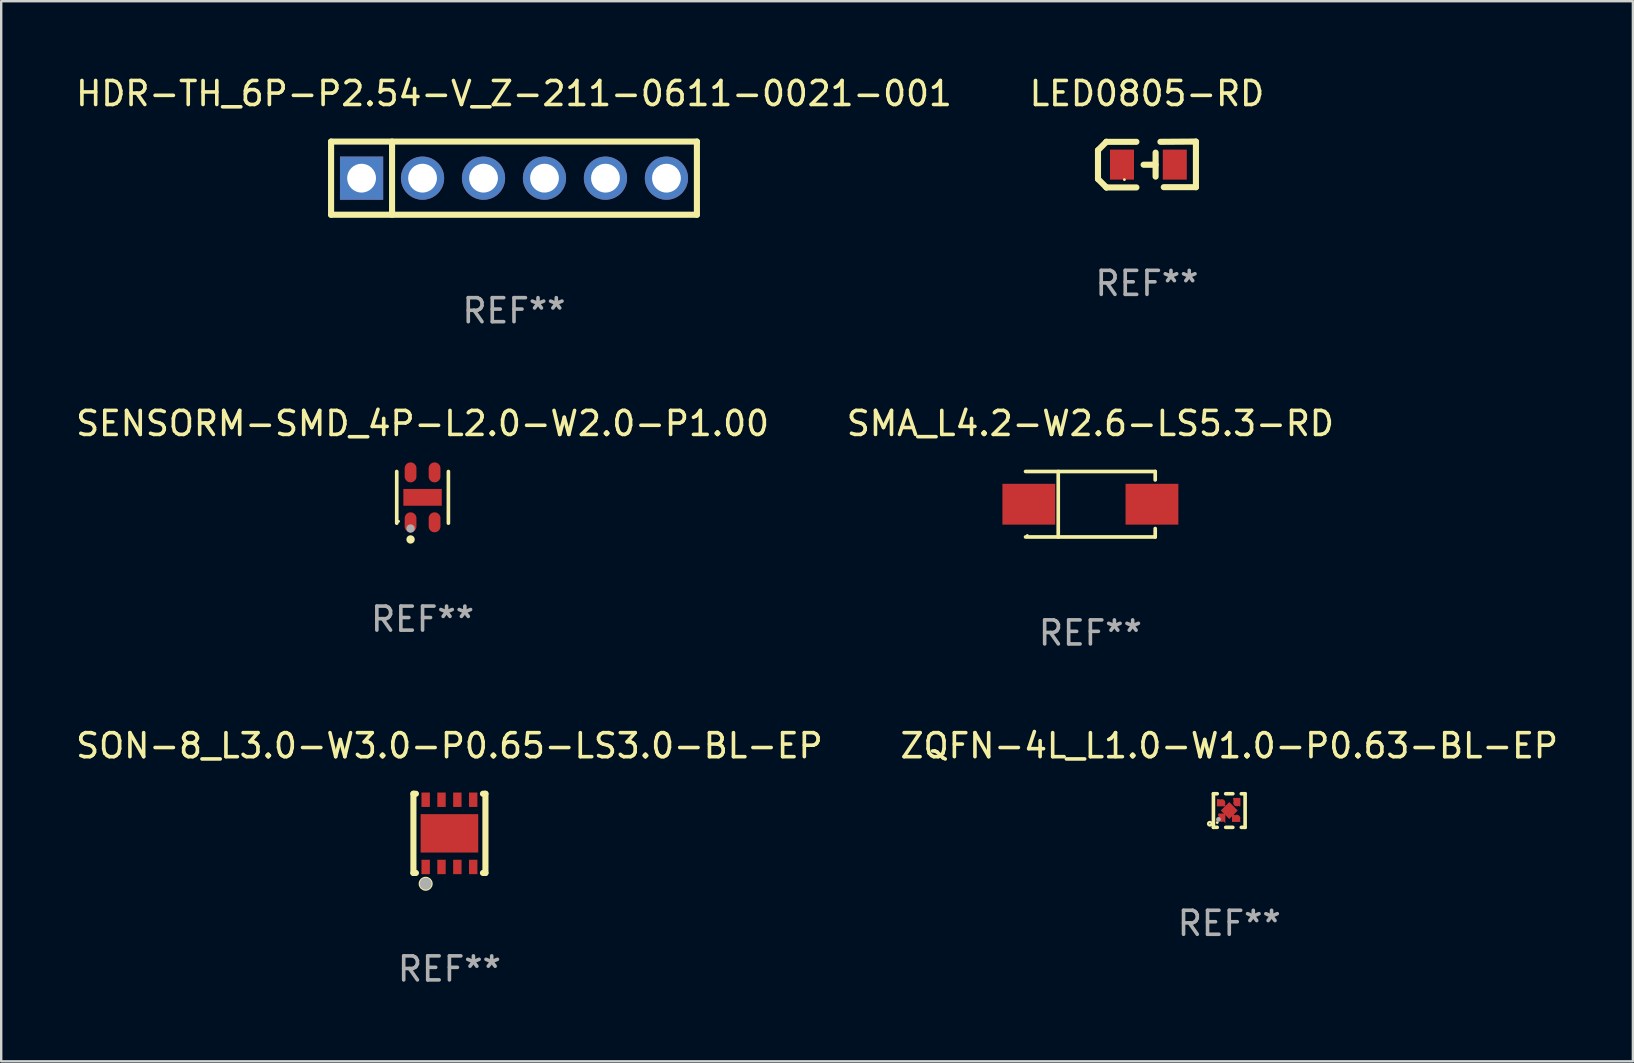
<source format=kicad_pcb>
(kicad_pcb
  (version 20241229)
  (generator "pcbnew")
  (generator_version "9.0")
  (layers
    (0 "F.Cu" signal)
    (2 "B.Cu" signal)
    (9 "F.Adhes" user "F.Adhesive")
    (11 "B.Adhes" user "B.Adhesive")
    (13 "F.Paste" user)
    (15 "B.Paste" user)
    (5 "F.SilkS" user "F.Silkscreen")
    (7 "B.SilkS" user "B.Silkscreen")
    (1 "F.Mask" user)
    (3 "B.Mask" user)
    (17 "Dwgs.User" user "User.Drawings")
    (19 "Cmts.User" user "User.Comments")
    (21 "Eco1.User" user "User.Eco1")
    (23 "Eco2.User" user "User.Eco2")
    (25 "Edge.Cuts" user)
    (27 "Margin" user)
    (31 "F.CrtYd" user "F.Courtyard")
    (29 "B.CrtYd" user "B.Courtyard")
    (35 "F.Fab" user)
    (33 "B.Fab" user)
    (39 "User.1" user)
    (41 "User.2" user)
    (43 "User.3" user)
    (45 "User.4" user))
  (footprint "ZQFN-4L_L1.0-W1.0-P0.63-BL-EP"
    (layer "F.Cu")
    (at 48.161 30.717)
    (property "Reference" "ZQFN-4L_L1.0-W1.0-P0.63-BL-EP" (at 0 -2.7 0) (layer "F.SilkS") (effects (font (size 1 1) (thickness 0.15))))
    (attr through_hole)
    (fp_line (start -0.66 -0.7) (end -0.66 0.7) (stroke (width 0.15) (type solid)) (layer "F.SilkS"))
    (fp_line (start -0.66 -0.7) (end -0.501 -0.7) (stroke (width 0.15) (type solid)) (layer "F.SilkS"))
    (fp_line (start -0.66 0.7) (end -0.501 0.7) (stroke (width 0.15) (type solid)) (layer "F.SilkS"))
    (fp_line (start -0.149 -0.7) (end 0.149 -0.7) (stroke (width 0.15) (type solid)) (layer "F.SilkS"))
    (fp_line (start -0.149 0.7) (end 0.149 0.7) (stroke (width 0.15) (type solid)) (layer "F.SilkS"))
    (fp_line (start 0.501 -0.7) (end 0.66 -0.7) (stroke (width 0.15) (type solid)) (layer "F.SilkS"))
    (fp_line (start 0.501 0.7) (end 0.66 0.7) (stroke (width 0.15) (type solid)) (layer "F.SilkS"))
    (fp_line (start 0.66 -0.7) (end 0.66 0.7) (stroke (width 0.15) (type solid)) (layer "F.SilkS"))
    (fp_circle (center -0.81 0.55) (end -0.788 0.55) (stroke (width 0.1) (type solid)) (fill no) (layer "F.SilkS"))
    (fp_circle (center -0.5 0.5) (end -0.47 0.5) (stroke (width 0.06) (type solid)) (fill no) (layer "F.SilkS"))
    (fp_circle (center -0.45 0.37) (end -0.4 0.37) (stroke (width 0.1) (type solid)) (fill no) (layer "F.Fab"))
    (fp_text user "REF**" (at 0 4.7 0) (layer "F.Fab") (effects (font (size 1 1) (thickness 0.15))))
    (pad "1" smd custom (at -0.313 0.325 180) (size 0.3 0.35) (layers "F.Cu" "F.Mask" "F.Paste") (options (anchor circle)) (primitives (gr_poly (pts (xy 0.15 0.2) (xy -0.15 0.2) (xy -0.15 -0.2) (xy 0.15 0.1)) (width 0) (fill yes))))
    (pad "2" smd custom (at 0.313 0.325 270) (size 0.3 0.3) (layers "F.Cu" "F.Mask" "F.Paste") (options (anchor circle)) (primitives (gr_poly (pts (xy 0.15 -0.15) (xy 0.15 0.2) (xy -0.15 0.2) (xy -0.15 0.1) (xy 0.1 -0.15)) (width 0) (fill yes))))
    (pad "3" smd custom (at 0.313 -0.325) (size 0.3 0.3) (layers "F.Cu" "F.Mask" "F.Paste") (options (anchor circle)) (primitives (gr_poly (pts (xy -0.15 -0.2) (xy 0.15 -0.2) (xy 0.15 0.15) (xy 0.1 0.15) (xy -0.15 -0.1)) (width 0) (fill yes))))
    (pad "4" smd custom (at -0.313 -0.325 90) (size 0.3 0.3) (layers "F.Cu" "F.Mask" "F.Paste") (options (anchor circle)) (primitives (gr_poly (pts (xy -0.15 0.15) (xy -0.15 -0.2) (xy 0.15 -0.2) (xy 0.15 -0.15) (xy 0.15 -0.1) (xy -0.1 0.15)) (width 0) (fill yes))))
    (pad "5" smd rect (at -0.000127 -0.000127 45) (size 0.5 0.5) (layers "F.Cu" "F.Mask" "F.Paste")))
  (footprint "SON-8_L3.0-W3.0-P0.65-LS3.0-BL-EP"
    (layer "F.Cu")
    (at 15.673 31.667)
    (property "Reference" "SON-8_L3.0-W3.0-P0.65-LS3.0-BL-EP" (at -0.000356 -3.65 0) (layer "F.SilkS") (effects (font (size 1 1) (thickness 0.15))))
    (attr through_hole)
    (fp_line (start -1.5 -1.65) (end -1.396 -1.65) (stroke (width 0.254) (type solid)) (layer "F.SilkS"))
    (fp_line (start -1.5 1.65) (end -1.5 -1.65) (stroke (width 0.254) (type solid)) (layer "F.SilkS"))
    (fp_line (start -1.5 1.65) (end -1.396 1.65) (stroke (width 0.254) (type solid)) (layer "F.SilkS"))
    (fp_line (start 1.396 -1.65) (end 1.5 -1.65) (stroke (width 0.254) (type solid)) (layer "F.SilkS"))
    (fp_line (start 1.396 1.65) (end 1.5 1.65) (stroke (width 0.254) (type solid)) (layer "F.SilkS"))
    (fp_line (start 1.5 1.65) (end 1.5 -1.65) (stroke (width 0.254) (type solid)) (layer "F.SilkS"))
    (fp_circle (center -1.5 1.5) (end -1.47 1.5) (stroke (width 0.06) (type solid)) (fill no) (layer "F.SilkS"))
    (fp_circle (center -0.99 2.1) (end -0.825 2.1) (stroke (width 0.254) (type solid)) (fill no) (layer "F.SilkS"))
    (fp_circle (center -0.99 2.1) (end -0.865 2.1) (stroke (width 0.25) (type solid)) (fill no) (layer "F.Fab"))
    (fp_text user "REF**" (at -0.000356 5.65 0) (layer "F.Fab") (effects (font (size 1 1) (thickness 0.15))))
    (pad "1" smd rect (at -0.99 1.4) (size 0.35 0.6) (layers "F.Cu" "F.Mask" "F.Paste"))
    (pad "2" smd rect (at -0.33 1.4) (size 0.35 0.6) (layers "F.Cu" "F.Mask" "F.Paste"))
    (pad "3" smd rect (at 0.33 1.4) (size 0.35 0.6) (layers "F.Cu" "F.Mask" "F.Paste"))
    (pad "4" smd rect (at 0.99 1.4) (size 0.35 0.6) (layers "F.Cu" "F.Mask" "F.Paste"))
    (pad "5" smd rect (at 0.99 -1.4) (size 0.35 0.6) (layers "F.Cu" "F.Mask" "F.Paste"))
    (pad "6" smd rect (at 0.33 -1.4) (size 0.35 0.6) (layers "F.Cu" "F.Mask" "F.Paste"))
    (pad "7" smd rect (at -0.33 -1.4) (size 0.35 0.6) (layers "F.Cu" "F.Mask" "F.Paste"))
    (pad "8" smd rect (at -0.99 -1.4) (size 0.35 0.6) (layers "F.Cu" "F.Mask" "F.Paste"))
    (pad "9" smd rect (at -0.000127 0.000127) (size 2.4 1.6) (layers "F.Cu" "F.Mask" "F.Paste")))
  (footprint "HDR-TH_6P-P2.54-V_Z-211-0611-0021-001"
    (layer "F.Cu")
    (at 18.363 4.372)
    (property "Reference" "HDR-TH_6P-P2.54-V_Z-211-0611-0021-001" (at 0 -3.524 0) (layer "F.SilkS") (effects (font (size 1 1) (thickness 0.15))))
    (attr through_hole)
    (fp_line (start -7.62 -1.524) (end -7.62 1.524) (stroke (width 0.254) (type solid)) (layer "F.SilkS"))
    (fp_line (start -7.62 -1.524) (end 7.62 -1.524) (stroke (width 0.254) (type solid)) (layer "F.SilkS"))
    (fp_line (start -7.62 1.524) (end 7.62 1.524) (stroke (width 0.254) (type solid)) (layer "F.SilkS"))
    (fp_line (start -5.08 -1.524) (end -5.08 1.524) (stroke (width 0.254) (type solid)) (layer "F.SilkS"))
    (fp_line (start 7.62 1.524) (end 7.62 -1.524) (stroke (width 0.254) (type solid)) (layer "F.SilkS"))
    (fp_circle (center -7.62 1.25) (end -7.59 1.25) (stroke (width 0.06) (type solid)) (fill no) (layer "F.SilkS"))
    (fp_text user "REF**" (at 0 5.524 0) (layer "F.Fab") (effects (font (size 1 1) (thickness 0.15))))
    (pad "1" thru_hole rect (at -6.35 0) (size 1.8 1.8) (drill 1.2) (layers "*.Cu" "*.Mask"))
    (pad "2" thru_hole circle (at -3.81 0) (size 1.8 1.8) (drill 1.2) (layers "*.Cu" "*.Mask"))
    (pad "3" thru_hole circle (at -1.27 0) (size 1.8 1.8) (drill 1.2) (layers "*.Cu" "*.Mask"))
    (pad "4" thru_hole circle (at 1.27 0) (size 1.8 1.8) (drill 1.2) (layers "*.Cu" "*.Mask"))
    (pad "5" thru_hole circle (at 3.81 0) (size 1.8 1.8) (drill 1.2) (layers "*.Cu" "*.Mask"))
    (pad "6" thru_hole circle (at 6.35 0) (size 1.8 1.8) (drill 1.2) (layers "*.Cu" "*.Mask")))
  (footprint "SENSORM-SMD_4P-L2.0-W2.0-P1.00"
    (layer "F.Cu")
    (at 14.554 17.669)
    (property "Reference" "SENSORM-SMD_4P-L2.0-W2.0-P1.00" (at -0.000127 -3.076 0) (layer "F.SilkS") (effects (font (size 1 1) (thickness 0.15))))
    (attr through_hole)
    (fp_line (start -1.076 1.076) (end -1.076 -1.076) (stroke (width 0.152) (type solid)) (layer "F.SilkS"))
    (fp_line (start 1.076 1.076) (end 1.076 -1.076) (stroke (width 0.152) (type solid)) (layer "F.SilkS"))
    (fp_circle (center -1 1) (end -0.97 1) (stroke (width 0.06) (type solid)) (fill no) (layer "F.SilkS"))
    (fp_circle (center -0.5 1.755) (end -0.412 1.755) (stroke (width 0.175) (type solid)) (fill no) (layer "F.SilkS"))
    (fp_circle (center -0.5 1.3) (end -0.412 1.3) (stroke (width 0.175) (type solid)) (fill no) (layer "F.Fab"))
    (fp_text user "REF**" (at -0.000127 5.076 0) (layer "F.Fab") (effects (font (size 1 1) (thickness 0.15))))
    (pad "1" smd oval (at -0.5 1.04) (size 0.49 0.83) (layers "F.Cu" "F.Mask" "F.Paste"))
    (pad "2" smd oval (at 0.5 1.04) (size 0.49 0.83) (layers "F.Cu" "F.Mask" "F.Paste"))
    (pad "3" smd oval (at 0.5 -1.04) (size 0.49 0.83) (layers "F.Cu" "F.Mask" "F.Paste"))
    (pad "4" smd oval (at -0.5 -1.04) (size 0.49 0.83) (layers "F.Cu" "F.Mask" "F.Paste"))
    (pad "5" smd rect (at -0.000127 -0.000127) (size 1.6 0.7) (layers "F.Cu" "F.Mask" "F.Paste")))
  (footprint "LED0805-RD"
    (layer "F.Cu")
    (at 44.792 3.808)
    (property "Reference" "LED0805-RD" (at -0.06 -2.96 0) (layer "F.SilkS") (effects (font (size 1 1) (thickness 0.15))))
    (attr through_hole)
    (fp_line (start -2.1 -0.6) (end -2.1 0.6) (stroke (width 0.254) (type solid)) (layer "F.SilkS"))
    (fp_line (start -1.75 -0.95) (end -1.75 -0.95) (stroke (width 0.254) (type solid)) (layer "F.SilkS"))
    (fp_line (start -1.75 -0.95) (end -2.1 -0.6) (stroke (width 0.254) (type solid)) (layer "F.SilkS"))
    (fp_line (start -1.75 0.95) (end -2.1 0.6) (stroke (width 0.254) (type solid)) (layer "F.SilkS"))
    (fp_line (start -1.75 0.95) (end -1.75 0.95) (stroke (width 0.254) (type solid)) (layer "F.SilkS"))
    (fp_line (start -0.5 -0.95) (end -1.75 -0.95) (stroke (width 0.254) (type solid)) (layer "F.SilkS"))
    (fp_line (start -0.5 0.95) (end -1.75 0.95) (stroke (width 0.254) (type solid)) (layer "F.SilkS"))
    (fp_line (start 0.3 -0.5) (end 0.3 0.5) (stroke (width 0.254) (type solid)) (layer "F.SilkS"))
    (fp_line (start 0.3 0.005) (end -0.2 0.005) (stroke (width 0.254) (type solid)) (layer "F.SilkS"))
    (fp_line (start 0.5 -0.95) (end 1.98 -0.96) (stroke (width 0.254) (type solid)) (layer "F.SilkS"))
    (fp_line (start 0.64 0.94) (end 1.98 0.94) (stroke (width 0.254) (type solid)) (layer "F.SilkS"))
    (fp_line (start 1.98 -0.96) (end 1.98 0.94) (stroke (width 0.254) (type solid)) (layer "F.SilkS"))
    (fp_circle (center -1 0.625) (end -0.97 0.625) (stroke (width 0.06) (type solid)) (fill no) (layer "F.SilkS"))
    (fp_text user "REF**" (at -0.06 4.95 0) (layer "F.Fab") (effects (font (size 1 1) (thickness 0.15))))
    (pad "1" smd rect (at -1.1 -0.000102 180) (size 1 1.25) (layers "F.Cu" "F.Mask" "F.Paste"))
    (pad "2" smd rect (at 1.1 -0.000102 180) (size 1 1.25) (layers "F.Cu" "F.Mask" "F.Paste")))
  (footprint "SMA_L4.2-W2.6-LS5.3-RD"
    (layer "F.Cu")
    (at 42.375 17.956)
    (property "Reference" "SMA_L4.2-W2.6-LS5.3-RD" (at -0.000025 -3.364 0) (layer "F.SilkS") (effects (font (size 1 1) (thickness 0.15))))
    (attr through_hole)
    (fp_line (start -2.701 -1.364) (end 2.701 -1.364) (stroke (width 0.152) (type solid)) (layer "F.SilkS"))
    (fp_line (start -2.701 1.364) (end 2.701 1.364) (stroke (width 0.152) (type solid)) (layer "F.SilkS"))
    (fp_line (start -1.339 -1.364) (end -1.339 1.364) (stroke (width 0.152) (type solid)) (layer "F.SilkS"))
    (fp_line (start 2.701 -1.364) (end 2.701 -1.013) (stroke (width 0.152) (type solid)) (layer "F.SilkS"))
    (fp_line (start 2.701 1.364) (end 2.701 1.013) (stroke (width 0.152) (type solid)) (layer "F.SilkS"))
    (fp_circle (center -2.628 1.3) (end -2.598 1.3) (stroke (width 0.06) (type solid)) (fill no) (layer "F.SilkS"))
    (fp_text user "REF**" (at -0.000025 5.364 0) (layer "F.Fab") (effects (font (size 1 1) (thickness 0.15))))
    (pad "1" smd rect (at -2.565 0) (size 2.2 1.7) (layers "F.Cu" "F.Mask" "F.Paste"))
    (pad "2" smd rect (at 2.565 0) (size 2.2 1.7) (layers "F.Cu" "F.Mask" "F.Paste")))
  (gr_rect
    (start -3 -3)
    (end 64.976 41.165)
    (stroke (width 0.1) (type default))
    (fill no)
    (layer "Edge.Cuts")))
</source>
